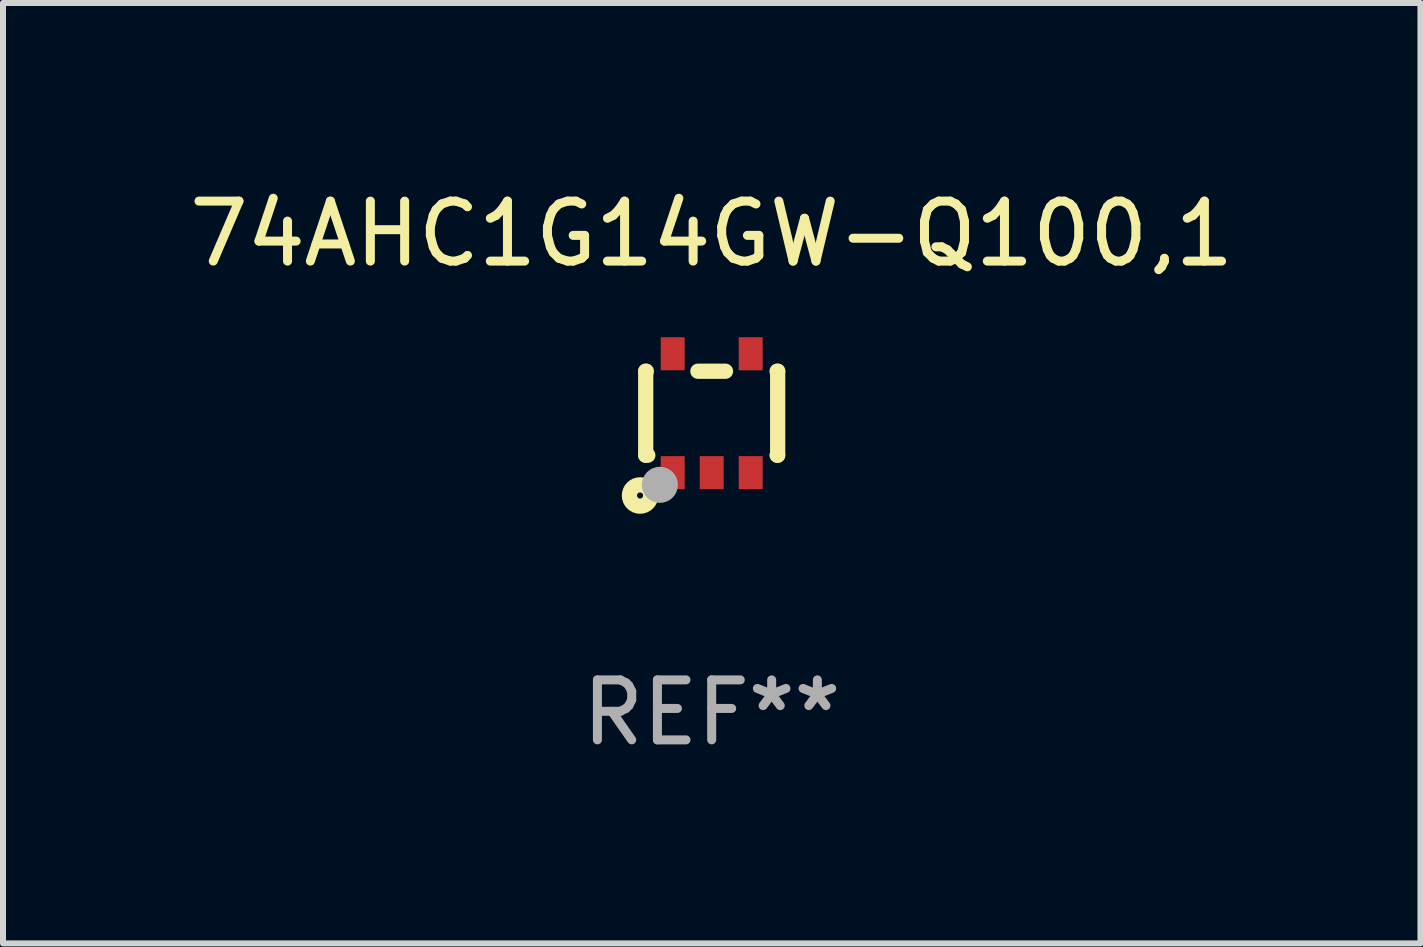
<source format=kicad_pcb>
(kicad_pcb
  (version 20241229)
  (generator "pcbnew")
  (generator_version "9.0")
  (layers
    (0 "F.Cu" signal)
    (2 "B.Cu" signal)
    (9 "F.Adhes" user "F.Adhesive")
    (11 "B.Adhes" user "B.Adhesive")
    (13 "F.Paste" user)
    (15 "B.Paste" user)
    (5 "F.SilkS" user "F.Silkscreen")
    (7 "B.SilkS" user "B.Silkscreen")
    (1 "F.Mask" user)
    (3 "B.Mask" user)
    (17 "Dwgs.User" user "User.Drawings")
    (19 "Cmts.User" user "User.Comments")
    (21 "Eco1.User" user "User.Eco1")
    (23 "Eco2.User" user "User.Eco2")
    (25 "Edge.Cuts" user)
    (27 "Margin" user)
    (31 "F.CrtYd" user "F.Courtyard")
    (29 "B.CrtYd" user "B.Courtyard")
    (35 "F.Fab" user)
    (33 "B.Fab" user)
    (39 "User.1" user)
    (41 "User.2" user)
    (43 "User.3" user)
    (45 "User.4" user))
  (footprint "74AHC1G14GW-Q100,1"
    (layer "F.Cu")
    (at 8.815 3.839)
    (property "Reference" "74AHC1G14GW-Q100,1" (at 0 -2.991 0) (layer "F.SilkS") (effects (font (size 1 1) (thickness 0.15))))
    (attr through_hole)
    (fp_line (start -1.1 -0.7) (end -1.1 0.7) (stroke (width 0.254) (type solid)) (layer "F.SilkS"))
    (fp_line (start -1.1 -0.7) (end -1.09 -0.7) (stroke (width 0.254) (type solid)) (layer "F.SilkS"))
    (fp_line (start -1.1 0.7) (end -1.065 0.7) (stroke (width 0.254) (type solid)) (layer "F.SilkS"))
    (fp_line (start -0.23 -0.7) (end 0.23 -0.7) (stroke (width 0.254) (type solid)) (layer "F.SilkS"))
    (fp_line (start 1.09 -0.7) (end 1.1 -0.7) (stroke (width 0.254) (type solid)) (layer "F.SilkS"))
    (fp_line (start 1.09 0.7) (end 1.1 0.7) (stroke (width 0.254) (type solid)) (layer "F.SilkS"))
    (fp_line (start 1.1 -0.7) (end 1.1 0.7) (stroke (width 0.254) (type solid)) (layer "F.SilkS"))
    (fp_circle (center -1.194 1.372) (end -1.143 1.372) (stroke (width 0.254) (type solid)) (fill no) (layer "F.SilkS"))
    (fp_circle (center -1.05 1.063) (end -1.02 1.063) (stroke (width 0.06) (type solid)) (fill no) (layer "F.SilkS"))
    (fp_circle (center -0.864 1.194) (end -0.713 1.194) (stroke (width 0.3) (type solid)) (fill no) (layer "F.Fab"))
    (fp_text user "REF**" (at 0 4.991 0) (layer "F.Fab") (effects (font (size 1 1) (thickness 0.15))))
    (pad "1" smd rect (at -0.65 0.991 180) (size 0.399 0.551) (layers "F.Cu" "F.Mask" "F.Paste"))
    (pad "2" smd rect (at 0 0.991 180) (size 0.399 0.551) (layers "F.Cu" "F.Mask" "F.Paste"))
    (pad "3" smd rect (at 0.65 0.991 180) (size 0.399 0.551) (layers "F.Cu" "F.Mask" "F.Paste"))
    (pad "4" smd rect (at 0.65 -0.991 180) (size 0.399 0.551) (layers "F.Cu" "F.Mask" "F.Paste"))
    (pad "5" smd rect (at -0.65 -0.991 180) (size 0.399 0.551) (layers "F.Cu" "F.Mask" "F.Paste")))
  (gr_rect
    (start -3 -3)
    (end 20.631 12.678)
    (stroke (width 0.1) (type default))
    (fill no)
    (layer "Edge.Cuts")))
</source>
